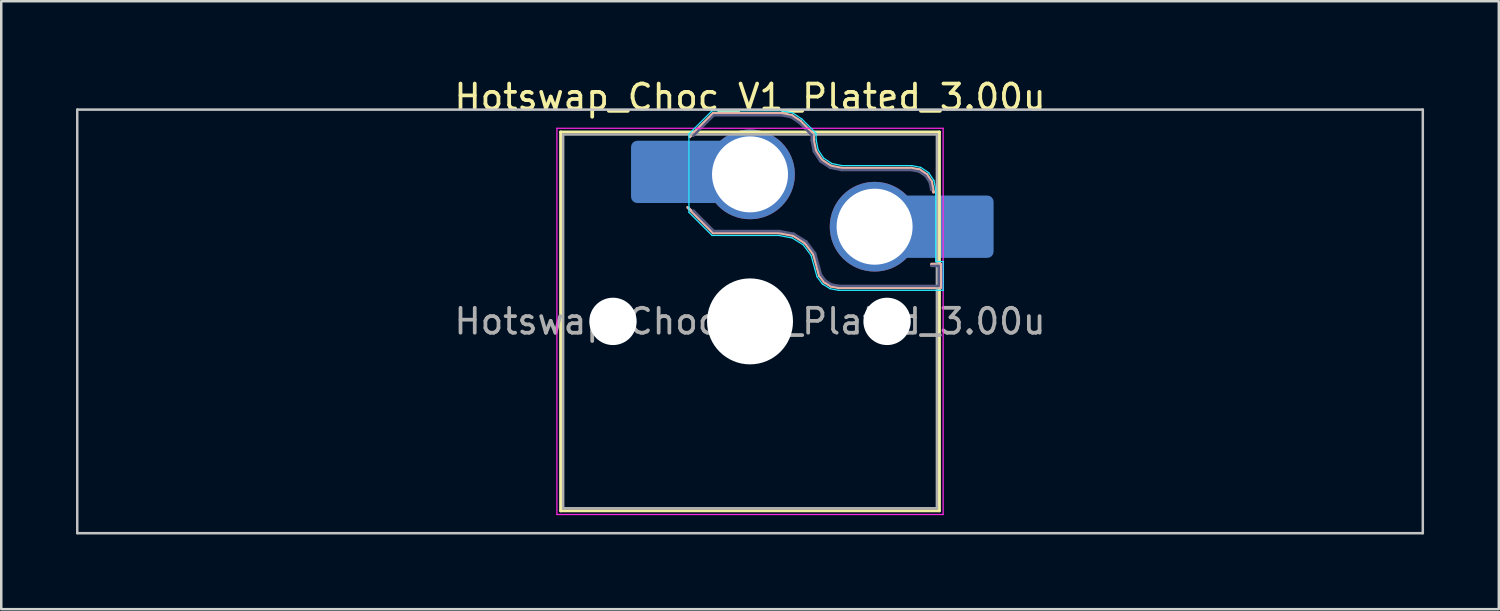
<source format=kicad_pcb>
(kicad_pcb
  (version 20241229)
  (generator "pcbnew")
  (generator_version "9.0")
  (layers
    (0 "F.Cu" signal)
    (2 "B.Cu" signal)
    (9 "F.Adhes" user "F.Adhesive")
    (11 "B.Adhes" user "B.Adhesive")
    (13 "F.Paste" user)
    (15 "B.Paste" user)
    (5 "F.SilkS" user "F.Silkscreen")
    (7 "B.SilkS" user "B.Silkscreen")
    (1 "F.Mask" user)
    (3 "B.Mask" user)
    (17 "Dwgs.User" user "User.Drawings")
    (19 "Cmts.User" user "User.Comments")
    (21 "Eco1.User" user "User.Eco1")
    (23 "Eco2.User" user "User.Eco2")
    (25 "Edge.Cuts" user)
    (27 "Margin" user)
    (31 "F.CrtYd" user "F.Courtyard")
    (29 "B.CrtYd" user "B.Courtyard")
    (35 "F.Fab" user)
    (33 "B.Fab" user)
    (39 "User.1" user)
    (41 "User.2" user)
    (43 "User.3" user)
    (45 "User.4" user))
  (footprint "Hotswap_Choc_V1_Plated_3.00u"
    (layer "F.Cu")
    (at 27.05 9.848)
    (property "Reference" "Hotswap_Choc_V1_Plated_3.00u" (at 0 -9 0) (layer "F.SilkS") (effects (font (size 1 1) (thickness 0.15))))
    (attr smd)
    (fp_line (start -7.6 -7.6) (end -7.6 7.6) (stroke (width 0.12) (type solid)) (layer "F.SilkS"))
    (fp_line (start -7.6 7.6) (end 7.6 7.6) (stroke (width 0.12) (type solid)) (layer "F.SilkS"))
    (fp_line (start 7.6 -7.6) (end -7.6 -7.6) (stroke (width 0.12) (type solid)) (layer "F.SilkS"))
    (fp_line (start 7.6 7.6) (end 7.6 -7.6) (stroke (width 0.12) (type solid)) (layer "F.SilkS"))
    (fp_line (start -2.416 -7.409) (end -1.479 -8.346) (stroke (width 0.12) (type solid)) (layer "B.SilkS"))
    (fp_line (start -1.479 -8.346) (end 1.268 -8.346) (stroke (width 0.12) (type solid)) (layer "B.SilkS"))
    (fp_line (start -1.479 -3.554) (end -2.5 -4.575) (stroke (width 0.12) (type solid)) (layer "B.SilkS"))
    (fp_line (start 1.168 -3.554) (end -1.479 -3.554) (stroke (width 0.12) (type solid)) (layer "B.SilkS"))
    (fp_line (start 1.268 -8.346) (end 1.671 -8.266) (stroke (width 0.12) (type solid)) (layer "B.SilkS"))
    (fp_line (start 1.671 -8.266) (end 2.013 -8.037) (stroke (width 0.12) (type solid)) (layer "B.SilkS"))
    (fp_line (start 1.73 -3.449) (end 1.168 -3.554) (stroke (width 0.12) (type solid)) (layer "B.SilkS"))
    (fp_line (start 2.013 -8.037) (end 2.546 -7.504) (stroke (width 0.12) (type solid)) (layer "B.SilkS"))
    (fp_line (start 2.209 -3.15) (end 1.73 -3.449) (stroke (width 0.12) (type solid)) (layer "B.SilkS"))
    (fp_line (start 2.546 -7.504) (end 2.546 -7.282) (stroke (width 0.12) (type solid)) (layer "B.SilkS"))
    (fp_line (start 2.546 -7.282) (end 2.633 -6.844) (stroke (width 0.12) (type solid)) (layer "B.SilkS"))
    (fp_line (start 2.547 -2.697) (end 2.209 -3.15) (stroke (width 0.12) (type solid)) (layer "B.SilkS"))
    (fp_line (start 2.633 -6.844) (end 2.877 -6.477) (stroke (width 0.12) (type solid)) (layer "B.SilkS"))
    (fp_line (start 2.701 -2.139) (end 2.547 -2.697) (stroke (width 0.12) (type solid)) (layer "B.SilkS"))
    (fp_line (start 2.783 -1.841) (end 2.701 -2.139) (stroke (width 0.12) (type solid)) (layer "B.SilkS"))
    (fp_line (start 2.877 -6.477) (end 3.244 -6.233) (stroke (width 0.12) (type solid)) (layer "B.SilkS"))
    (fp_line (start 2.976 -1.583) (end 2.783 -1.841) (stroke (width 0.12) (type solid)) (layer "B.SilkS"))
    (fp_line (start 3.244 -6.233) (end 3.682 -6.146) (stroke (width 0.12) (type solid)) (layer "B.SilkS"))
    (fp_line (start 3.25 -1.413) (end 2.976 -1.583) (stroke (width 0.12) (type solid)) (layer "B.SilkS"))
    (fp_line (start 3.56 -1.354) (end 3.25 -1.413) (stroke (width 0.12) (type solid)) (layer "B.SilkS"))
    (fp_line (start 3.682 -6.146) (end 6.482 -6.146) (stroke (width 0.12) (type solid)) (layer "B.SilkS"))
    (fp_line (start 6.482 -6.146) (end 6.809 -6.081) (stroke (width 0.12) (type solid)) (layer "B.SilkS"))
    (fp_line (start 6.809 -6.081) (end 7.092 -5.892) (stroke (width 0.12) (type solid)) (layer "B.SilkS"))
    (fp_line (start 7.092 -5.892) (end 7.281 -5.609) (stroke (width 0.12) (type solid)) (layer "B.SilkS"))
    (fp_line (start 7.281 -5.609) (end 7.366 -5.182) (stroke (width 0.12) (type solid)) (layer "B.SilkS"))
    (fp_line (start 7.283 -2.296) (end 7.646 -2.296) (stroke (width 0.12) (type solid)) (layer "B.SilkS"))
    (fp_line (start 7.646 -2.296) (end 7.646 -1.354) (stroke (width 0.12) (type solid)) (layer "B.SilkS"))
    (fp_line (start 7.646 -1.354) (end 3.56 -1.354) (stroke (width 0.12) (type solid)) (layer "B.SilkS"))
    (fp_line (start -27 -8.5) (end -27 8.5) (stroke (width 0.1) (type solid)) (layer "Dwgs.User"))
    (fp_line (start -27 8.5) (end 27 8.5) (stroke (width 0.1) (type solid)) (layer "Dwgs.User"))
    (fp_line (start 27 -8.5) (end -27 -8.5) (stroke (width 0.1) (type solid)) (layer "Dwgs.User"))
    (fp_line (start 27 8.5) (end 27 -8.5) (stroke (width 0.1) (type solid)) (layer "Dwgs.User"))
    (fp_line (start -7.25 -7.25) (end -7.25 7.25) (stroke (width 0.1) (type solid)) (layer "Eco1.User"))
    (fp_line (start -7.25 7.25) (end 7.25 7.25) (stroke (width 0.1) (type solid)) (layer "Eco1.User"))
    (fp_line (start 7.25 -7.25) (end -7.25 -7.25) (stroke (width 0.1) (type solid)) (layer "Eco1.User"))
    (fp_line (start 7.25 7.25) (end 7.25 -7.25) (stroke (width 0.1) (type solid)) (layer "Eco1.User"))
    (fp_line (start -2.452 -7.523) (end -1.523 -8.452) (stroke (width 0.05) (type solid)) (layer "B.CrtYd"))
    (fp_line (start -2.452 -4.377) (end -2.452 -7.523) (stroke (width 0.05) (type solid)) (layer "B.CrtYd"))
    (fp_line (start -1.523 -8.452) (end 1.278 -8.452) (stroke (width 0.05) (type solid)) (layer "B.CrtYd"))
    (fp_line (start -1.523 -3.448) (end -2.452 -4.377) (stroke (width 0.05) (type solid)) (layer "B.CrtYd"))
    (fp_line (start 1.159 -3.448) (end -1.523 -3.448) (stroke (width 0.05) (type solid)) (layer "B.CrtYd"))
    (fp_line (start 1.278 -8.452) (end 1.712 -8.366) (stroke (width 0.05) (type solid)) (layer "B.CrtYd"))
    (fp_line (start 1.691 -3.348) (end 1.159 -3.448) (stroke (width 0.05) (type solid)) (layer "B.CrtYd"))
    (fp_line (start 1.712 -8.366) (end 2.081 -8.119) (stroke (width 0.05) (type solid)) (layer "B.CrtYd"))
    (fp_line (start 2.081 -8.119) (end 2.652 -7.548) (stroke (width 0.05) (type solid)) (layer "B.CrtYd"))
    (fp_line (start 2.136 -3.071) (end 1.691 -3.348) (stroke (width 0.05) (type solid)) (layer "B.CrtYd"))
    (fp_line (start 2.45 -2.65) (end 2.136 -3.071) (stroke (width 0.05) (type solid)) (layer "B.CrtYd"))
    (fp_line (start 2.599 -2.111) (end 2.45 -2.65) (stroke (width 0.05) (type solid)) (layer "B.CrtYd"))
    (fp_line (start 2.652 -7.548) (end 2.652 -7.292) (stroke (width 0.05) (type solid)) (layer "B.CrtYd"))
    (fp_line (start 2.652 -7.292) (end 2.733 -6.885) (stroke (width 0.05) (type solid)) (layer "B.CrtYd"))
    (fp_line (start 2.687 -1.794) (end 2.599 -2.111) (stroke (width 0.05) (type solid)) (layer "B.CrtYd"))
    (fp_line (start 2.733 -6.885) (end 2.953 -6.553) (stroke (width 0.05) (type solid)) (layer "B.CrtYd"))
    (fp_line (start 2.903 -1.503) (end 2.687 -1.794) (stroke (width 0.05) (type solid)) (layer "B.CrtYd"))
    (fp_line (start 2.953 -6.553) (end 3.285 -6.333) (stroke (width 0.05) (type solid)) (layer "B.CrtYd"))
    (fp_line (start 3.211 -1.312) (end 2.903 -1.503) (stroke (width 0.05) (type solid)) (layer "B.CrtYd"))
    (fp_line (start 3.285 -6.333) (end 3.692 -6.252) (stroke (width 0.05) (type solid)) (layer "B.CrtYd"))
    (fp_line (start 3.55 -1.248) (end 3.211 -1.312) (stroke (width 0.05) (type solid)) (layer "B.CrtYd"))
    (fp_line (start 3.692 -6.252) (end 6.492 -6.252) (stroke (width 0.05) (type solid)) (layer "B.CrtYd"))
    (fp_line (start 6.492 -6.252) (end 6.85 -6.181) (stroke (width 0.05) (type solid)) (layer "B.CrtYd"))
    (fp_line (start 6.85 -6.181) (end 7.168 -5.968) (stroke (width 0.05) (type solid)) (layer "B.CrtYd"))
    (fp_line (start 7.168 -5.968) (end 7.381 -5.65) (stroke (width 0.05) (type solid)) (layer "B.CrtYd"))
    (fp_line (start 7.381 -5.65) (end 7.452 -5.292) (stroke (width 0.05) (type solid)) (layer "B.CrtYd"))
    (fp_line (start 7.452 -5.292) (end 7.452 -2.402) (stroke (width 0.05) (type solid)) (layer "B.CrtYd"))
    (fp_line (start 7.452 -2.402) (end 7.752 -2.402) (stroke (width 0.05) (type solid)) (layer "B.CrtYd"))
    (fp_line (start 7.752 -2.402) (end 7.752 -1.248) (stroke (width 0.05) (type solid)) (layer "B.CrtYd"))
    (fp_line (start 7.752 -1.248) (end 3.55 -1.248) (stroke (width 0.05) (type solid)) (layer "B.CrtYd"))
    (fp_line (start -7.75 -7.75) (end -7.75 7.75) (stroke (width 0.05) (type solid)) (layer "F.CrtYd"))
    (fp_line (start -7.75 7.75) (end 7.75 7.75) (stroke (width 0.05) (type solid)) (layer "F.CrtYd"))
    (fp_line (start 7.75 -7.75) (end -7.75 -7.75) (stroke (width 0.05) (type solid)) (layer "F.CrtYd"))
    (fp_line (start 7.75 7.75) (end 7.75 -7.75) (stroke (width 0.05) (type solid)) (layer "F.CrtYd"))
    (fp_line (start -2.275 -7.45) (end -1.45 -8.275) (stroke (width 0.1) (type solid)) (layer "B.Fab"))
    (fp_line (start -1.45 -8.275) (end 1.261 -8.275) (stroke (width 0.1) (type solid)) (layer "B.Fab"))
    (fp_line (start -1.45 -3.625) (end -2.275 -4.45) (stroke (width 0.1) (type solid)) (layer "B.Fab"))
    (fp_line (start 1.175 -3.625) (end -1.45 -3.625) (stroke (width 0.1) (type solid)) (layer "B.Fab"))
    (fp_line (start 1.261 -8.275) (end 1.643 -8.199) (stroke (width 0.1) (type solid)) (layer "B.Fab"))
    (fp_line (start 1.643 -8.199) (end 1.968 -7.982) (stroke (width 0.1) (type solid)) (layer "B.Fab"))
    (fp_line (start 1.756 -3.516) (end 1.175 -3.625) (stroke (width 0.1) (type solid)) (layer "B.Fab"))
    (fp_line (start 1.968 -7.982) (end 2.475 -7.475) (stroke (width 0.1) (type solid)) (layer "B.Fab"))
    (fp_line (start 2.258 -3.203) (end 1.756 -3.516) (stroke (width 0.1) (type solid)) (layer "B.Fab"))
    (fp_line (start 2.475 -7.475) (end 2.475 -7.275) (stroke (width 0.1) (type solid)) (layer "B.Fab"))
    (fp_line (start 2.475 -7.275) (end 2.566 -6.816) (stroke (width 0.1) (type solid)) (layer "B.Fab"))
    (fp_line (start 2.566 -6.816) (end 2.826 -6.426) (stroke (width 0.1) (type solid)) (layer "B.Fab"))
    (fp_line (start 2.612 -2.729) (end 2.258 -3.203) (stroke (width 0.1) (type solid)) (layer "B.Fab"))
    (fp_line (start 2.769 -2.158) (end 2.612 -2.729) (stroke (width 0.1) (type solid)) (layer "B.Fab"))
    (fp_line (start 2.826 -6.426) (end 3.216 -6.166) (stroke (width 0.1) (type solid)) (layer "B.Fab"))
    (fp_line (start 2.848 -1.873) (end 2.769 -2.158) (stroke (width 0.1) (type solid)) (layer "B.Fab"))
    (fp_line (start 3.025 -1.636) (end 2.848 -1.873) (stroke (width 0.1) (type solid)) (layer "B.Fab"))
    (fp_line (start 3.216 -6.166) (end 3.675 -6.075) (stroke (width 0.1) (type solid)) (layer "B.Fab"))
    (fp_line (start 3.276 -1.48) (end 3.025 -1.636) (stroke (width 0.1) (type solid)) (layer "B.Fab"))
    (fp_line (start 3.567 -1.425) (end 3.276 -1.48) (stroke (width 0.1) (type solid)) (layer "B.Fab"))
    (fp_line (start 3.675 -6.075) (end 6.475 -6.075) (stroke (width 0.1) (type solid)) (layer "B.Fab"))
    (fp_line (start 6.475 -6.075) (end 6.781 -6.014) (stroke (width 0.1) (type solid)) (layer "B.Fab"))
    (fp_line (start 6.781 -6.014) (end 7.041 -5.841) (stroke (width 0.1) (type solid)) (layer "B.Fab"))
    (fp_line (start 7.041 -5.841) (end 7.214 -5.581) (stroke (width 0.1) (type solid)) (layer "B.Fab"))
    (fp_line (start 7.214 -5.581) (end 7.275 -5.275) (stroke (width 0.1) (type solid)) (layer "B.Fab"))
    (fp_line (start 7.275 -2.225) (end 7.575 -2.225) (stroke (width 0.1) (type solid)) (layer "B.Fab"))
    (fp_line (start 7.575 -2.225) (end 7.575 -1.425) (stroke (width 0.1) (type solid)) (layer "B.Fab"))
    (fp_line (start 7.575 -1.425) (end 3.567 -1.425) (stroke (width 0.1) (type solid)) (layer "B.Fab"))
    (fp_line (start -7.5 -7.5) (end -7.5 7.5) (stroke (width 0.1) (type solid)) (layer "F.Fab"))
    (fp_line (start -7.5 7.5) (end 7.5 7.5) (stroke (width 0.1) (type solid)) (layer "F.Fab"))
    (fp_line (start 7.5 -7.5) (end -7.5 -7.5) (stroke (width 0.1) (type solid)) (layer "F.Fab"))
    (fp_line (start 7.5 7.5) (end 7.5 -7.5) (stroke (width 0.1) (type solid)) (layer "F.Fab"))
    (fp_text user "${REFERENCE}" (at 0 0 0) (layer "F.Fab") (effects (font (size 1 1) (thickness 0.15))))
    (pad "" np_thru_hole circle (at -5.5 0) (size 1.9 1.9) (drill 1.9) (layers "*.Cu" "*.Mask"))
    (pad "" smd roundrect (at -3.5 -6) (size 2.55 2.5) (layers "B.Mask" "B.Paste") (roundrect_rratio 0.1))
    (pad "" np_thru_hole circle (at 0 0) (size 3.45 3.45) (drill 3.45) (layers "*.Cu" "*.Mask"))
    (pad "" np_thru_hole circle (at 5.5 0) (size 1.9 1.9) (drill 1.9) (layers "*.Cu" "*.Mask"))
    (pad "" smd roundrect (at 8.5 -3.8) (size 2.55 2.5) (layers "B.Mask" "B.Paste") (roundrect_rratio 0.1))
    (pad "1" smd roundrect (at -2.85 -6) (size 3.85 2.5) (layers "B.Cu") (roundrect_rratio 0.1))
    (pad "1" thru_hole circle (at 0 -5.9) (size 3.6 3.6) (drill 3.05) (layers "*.Cu" "*.Mask"))
    (pad "2" thru_hole circle (at 5 -3.8) (size 3.6 3.6) (drill 3.05) (layers "*.Cu" "*.Mask"))
    (pad "2" smd roundrect (at 7.85 -3.8) (size 3.85 2.5) (layers "B.Cu") (roundrect_rratio 0.1)))
  (gr_rect
    (start -3 -3)
    (end 57.1 21.398)
    (stroke (width 0.1) (type default))
    (fill no)
    (layer "Edge.Cuts")))
</source>
